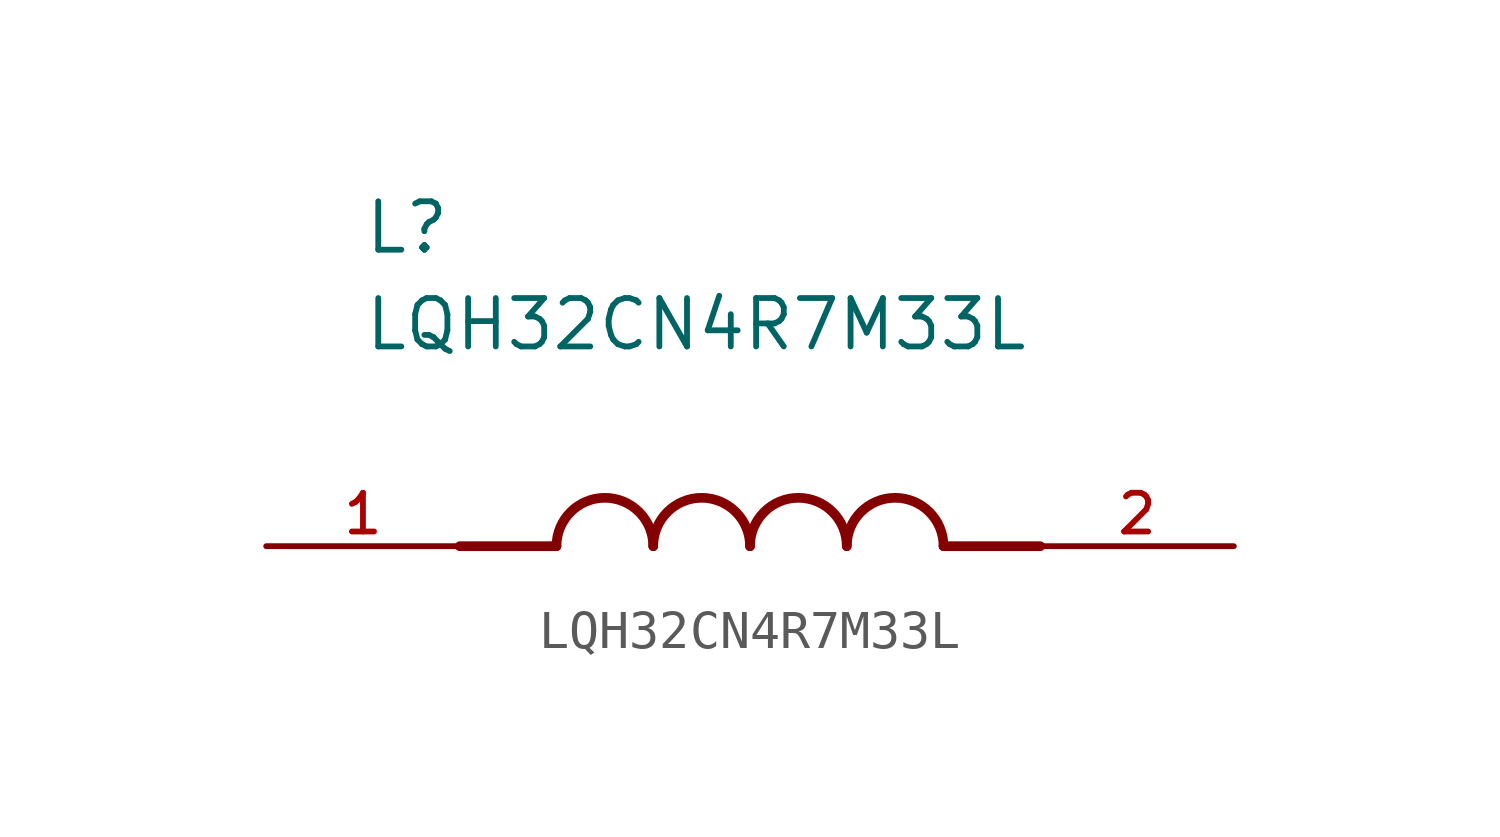
<source format=kicad_sym>
(kicad_symbol_lib
  (version 20211014)
  (generator kicad_symbol_editor)
  (symbol "LQH32CN4R7M33L"
    (pin_names
      (offset 1.016))
    (property "Reference" "L"
      (at -10.16 7.62 0)
      (effects (font (size 1.27 1.27)) (justify bottom left)))
    (property "Value" "LQH32CN4R7M33L"
      (at -10.16 5.08 0)
      (effects (font (size 1.27 1.27)) (justify bottom left)))
    (symbol "LQH32CN4R7M33L_0_0"
      (polyline (pts (xy -5.08 0.0) (xy -7.62 0.0)) (stroke (width 0.254)))
      (polyline (pts (xy 5.08 0.0) (xy 7.62 0.0)) (stroke (width 0.254)))
      (arc (start -2.54 0.0) (mid -3.81 1.27) (end -5.08 0.0) (stroke (width 0.254) (type default) (color 0 0 0 0)) (fill (type none)))
      (arc (start 0.0 0.0) (mid -1.27 1.27) (end -2.54 0.0) (stroke (width 0.254) (type default) (color 0 0 0 0)) (fill (type none)))
      (arc (start 2.54 0.0) (mid 1.27 1.27) (end 0.0 0.0) (stroke (width 0.254) (type default) (color 0 0 0 0)) (fill (type none)))
      (arc (start 5.08 0.0) (mid 3.81 1.27) (end 2.54 0.0) (stroke (width 0.254) (type default) (color 0 0 0 0)) (fill (type none)))
      (pin passive line (at -12.7 0.0 0) (length 5.08) (name "~" (effects (font (size 1.016 1.016)))) (number "1" (effects (font (size 1.016 1.016)))))
      (pin passive line (at 12.7 0.0 180.0) (length 5.08) (name "~" (effects (font (size 1.016 1.016)))) (number "2" (effects (font (size 1.016 1.016))))))))
</source>
